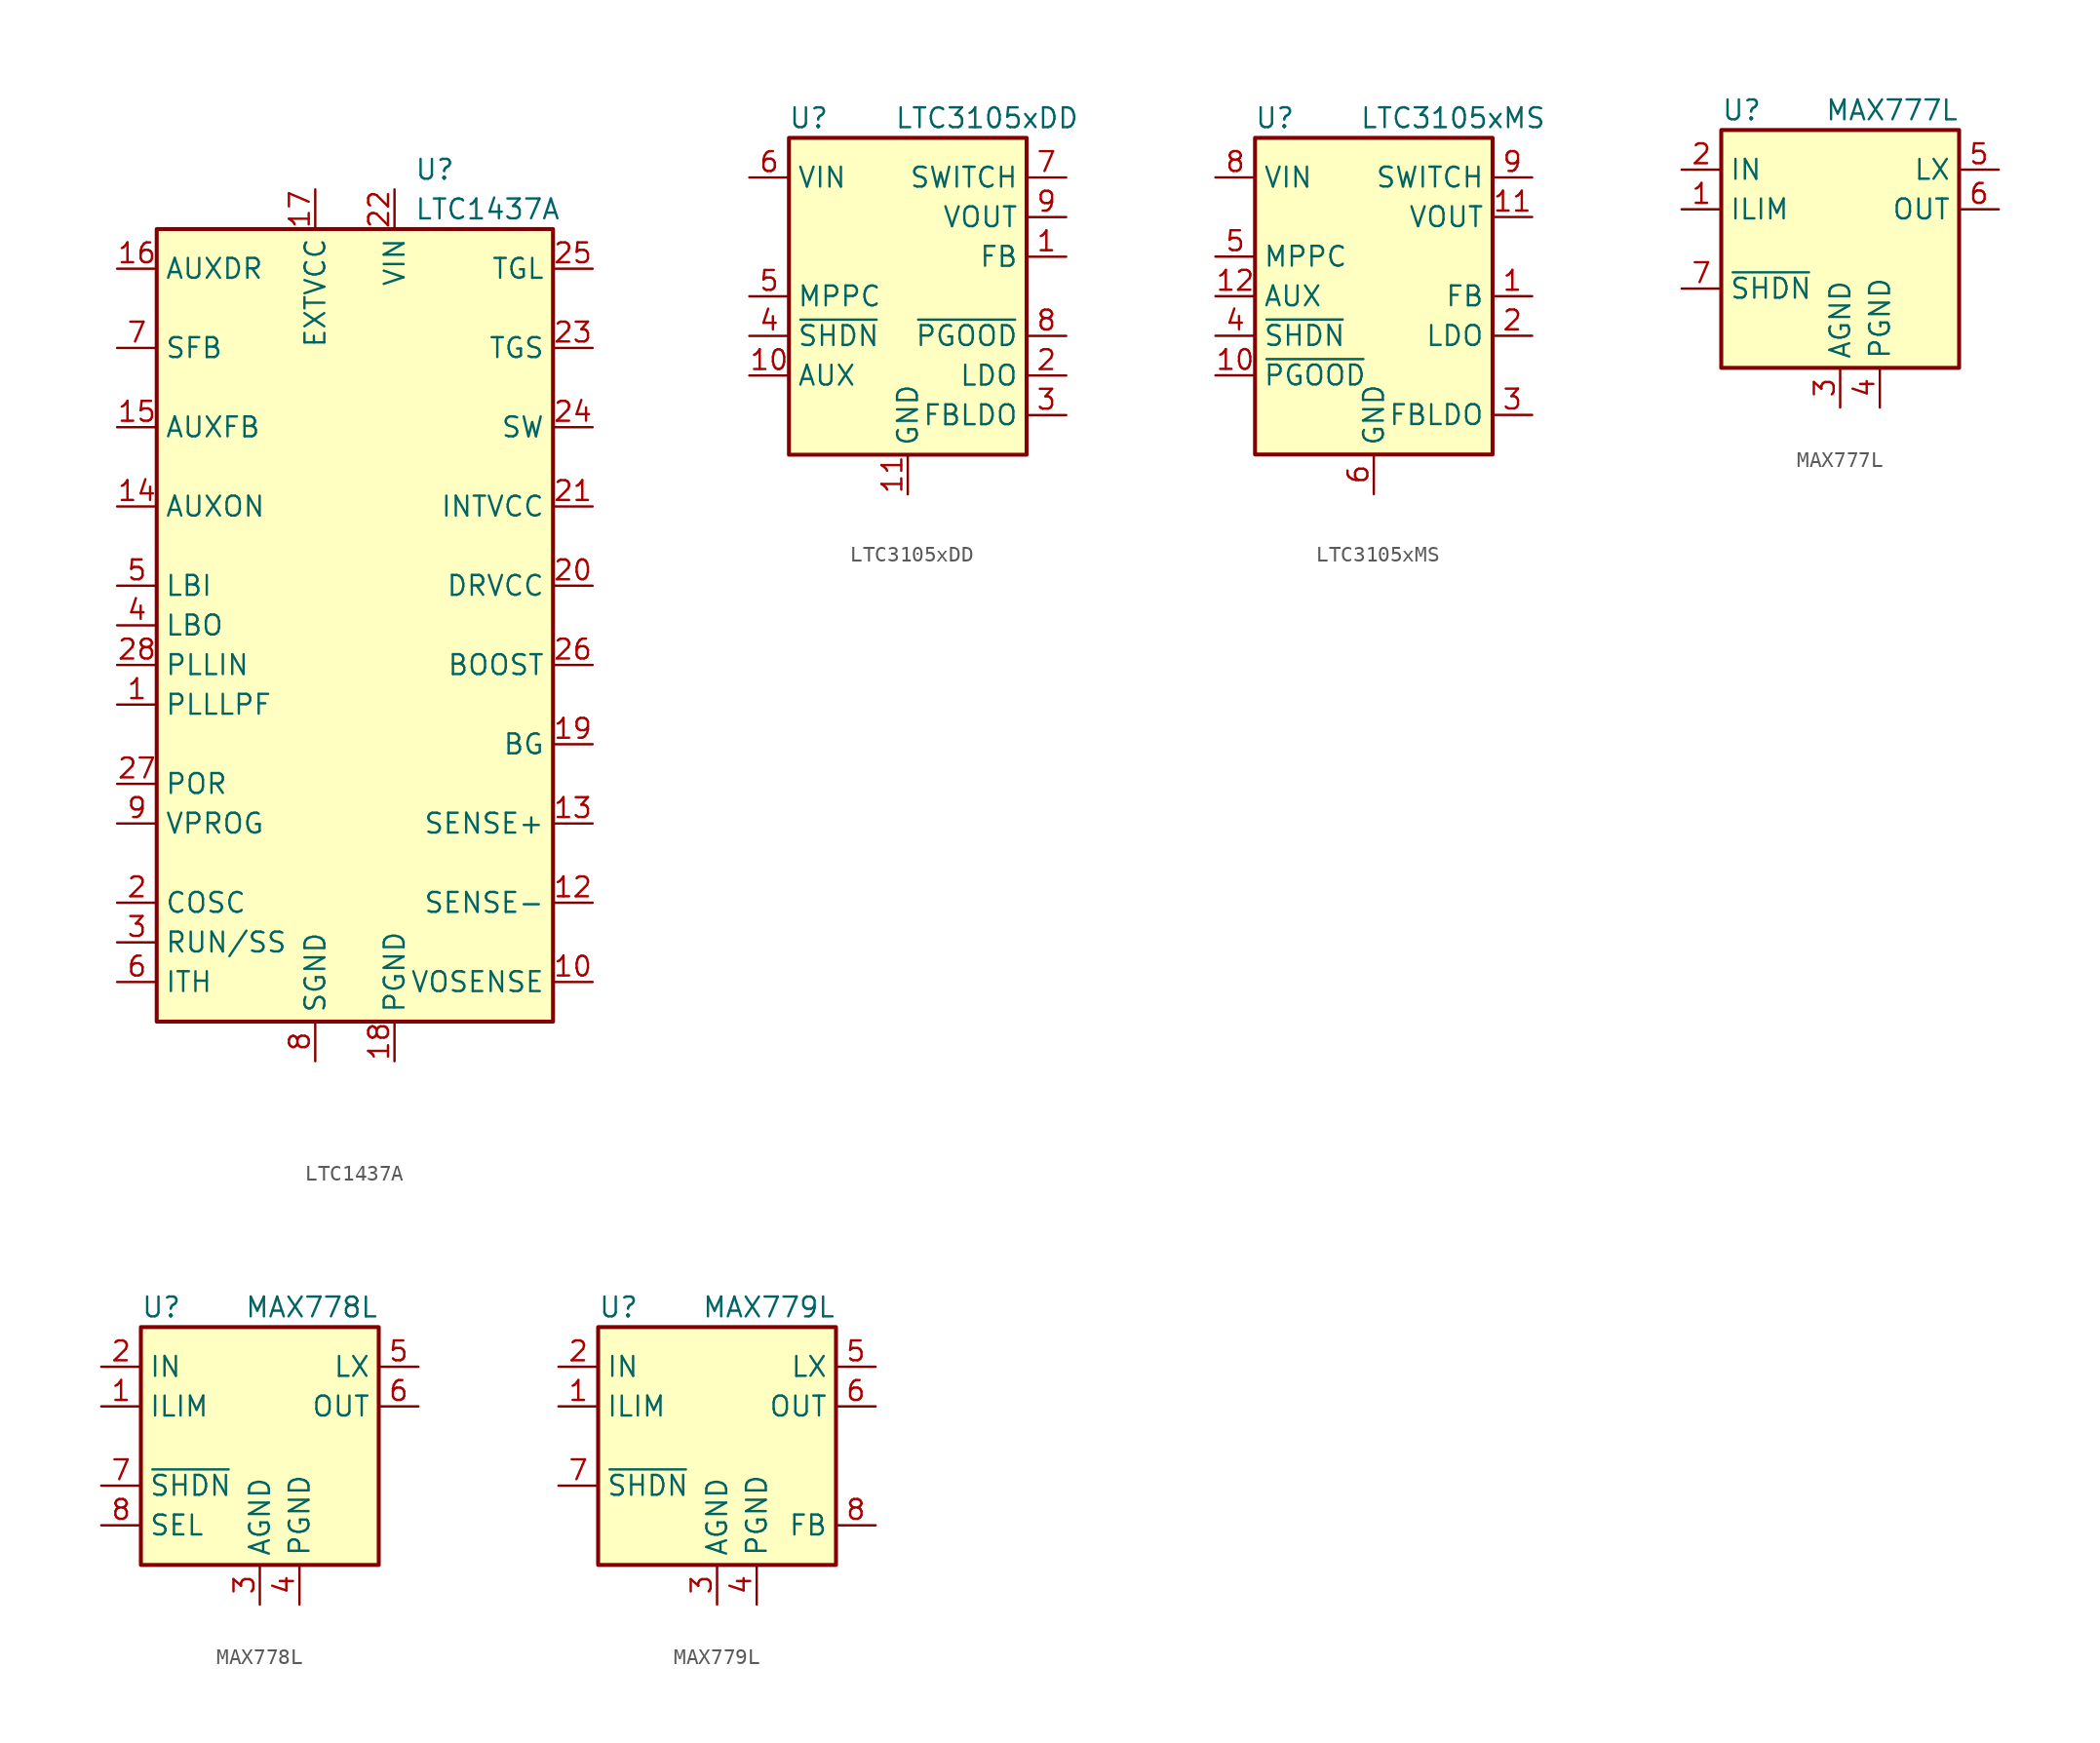
<source format=kicad_sym>
(kicad_symbol_lib
  (version 20201005)
  (generator kicad_symbol_editor)
  (symbol "Regulator_Switching:LTC1437A"
    (property "Reference" "U"
      (at 3.81 29.21 0)
      (effects (font (size 1.27 1.27)) (justify left)))
    (property "Value" "LTC1437A"
      (at 3.81 26.67 0)
      (effects (font (size 1.27 1.27)) (justify left)))
    (symbol "LTC1437A_0_1"
      (rectangle (start -12.7 -25.4) (end 12.7 25.4) (stroke (width 0.254)) (fill (type background))))
    (symbol "LTC1437A_1_1"
      (pin passive line (at -15.24 -5.08 0) (length 2.54) (name "PLLLPF" (effects (font (size 1.27 1.27)))) (number "1" (effects (font (size 1.27 1.27)))))
      (pin input line (at 15.24 -22.86 180) (length 2.54) (name "VOSENSE" (effects (font (size 1.27 1.27)))) (number "10" (effects (font (size 1.27 1.27)))))
      (pin no_connect line (at 0 25.4 270) (length 2.54) hide (name "NC" (effects (font (size 1.27 1.27)))) (number "11" (effects (font (size 1.27 1.27)))))
      (pin input line (at 15.24 -17.78 180) (length 2.54) (name "SENSE-" (effects (font (size 1.27 1.27)))) (number "12" (effects (font (size 1.27 1.27)))))
      (pin input line (at 15.24 -12.7 180) (length 2.54) (name "SENSE+" (effects (font (size 1.27 1.27)))) (number "13" (effects (font (size 1.27 1.27)))))
      (pin input line (at -15.24 7.62 0) (length 2.54) (name "AUXON" (effects (font (size 1.27 1.27)))) (number "14" (effects (font (size 1.27 1.27)))))
      (pin input line (at -15.24 12.7 0) (length 2.54) (name "AUXFB" (effects (font (size 1.27 1.27)))) (number "15" (effects (font (size 1.27 1.27)))))
      (pin open_collector line (at -15.24 22.86 0) (length 2.54) (name "AUXDR" (effects (font (size 1.27 1.27)))) (number "16" (effects (font (size 1.27 1.27)))))
      (pin power_in line (at -2.54 27.94 270) (length 2.54) (name "EXTVCC" (effects (font (size 1.27 1.27)))) (number "17" (effects (font (size 1.27 1.27)))))
      (pin power_in line (at 2.54 -27.94 90) (length 2.54) (name "PGND" (effects (font (size 1.27 1.27)))) (number "18" (effects (font (size 1.27 1.27)))))
      (pin output line (at 15.24 -7.62 180) (length 2.54) (name "BG" (effects (font (size 1.27 1.27)))) (number "19" (effects (font (size 1.27 1.27)))))
      (pin passive line (at -15.24 -17.78 0) (length 2.54) (name "COSC" (effects (font (size 1.27 1.27)))) (number "2" (effects (font (size 1.27 1.27)))))
      (pin power_in line (at 15.24 2.54 180) (length 2.54) (name "DRVCC" (effects (font (size 1.27 1.27)))) (number "20" (effects (font (size 1.27 1.27)))))
      (pin power_in line (at 15.24 7.62 180) (length 2.54) (name "INTVCC" (effects (font (size 1.27 1.27)))) (number "21" (effects (font (size 1.27 1.27)))))
      (pin power_in line (at 2.54 27.94 270) (length 2.54) (name "VIN" (effects (font (size 1.27 1.27)))) (number "22" (effects (font (size 1.27 1.27)))))
      (pin output line (at 15.24 17.78 180) (length 2.54) (name "TGS" (effects (font (size 1.27 1.27)))) (number "23" (effects (font (size 1.27 1.27)))))
      (pin passive line (at 15.24 12.7 180) (length 2.54) (name "SW" (effects (font (size 1.27 1.27)))) (number "24" (effects (font (size 1.27 1.27)))))
      (pin output line (at 15.24 22.86 180) (length 2.54) (name "TGL" (effects (font (size 1.27 1.27)))) (number "25" (effects (font (size 1.27 1.27)))))
      (pin passive line (at 15.24 -2.54 180) (length 2.54) (name "BOOST" (effects (font (size 1.27 1.27)))) (number "26" (effects (font (size 1.27 1.27)))))
      (pin open_collector line (at -15.24 -10.16 0) (length 2.54) (name "POR" (effects (font (size 1.27 1.27)))) (number "27" (effects (font (size 1.27 1.27)))))
      (pin input line (at -15.24 -2.54 0) (length 2.54) (name "PLLIN" (effects (font (size 1.27 1.27)))) (number "28" (effects (font (size 1.27 1.27)))))
      (pin passive line (at -15.24 -20.32 0) (length 2.54) (name "RUN/SS" (effects (font (size 1.27 1.27)))) (number "3" (effects (font (size 1.27 1.27)))))
      (pin open_collector line (at -15.24 0 0) (length 2.54) (name "LBO" (effects (font (size 1.27 1.27)))) (number "4" (effects (font (size 1.27 1.27)))))
      (pin input line (at -15.24 2.54 0) (length 2.54) (name "LBI" (effects (font (size 1.27 1.27)))) (number "5" (effects (font (size 1.27 1.27)))))
      (pin passive line (at -15.24 -22.86 0) (length 2.54) (name "ITH" (effects (font (size 1.27 1.27)))) (number "6" (effects (font (size 1.27 1.27)))))
      (pin passive line (at -15.24 17.78 0) (length 2.54) (name "SFB" (effects (font (size 1.27 1.27)))) (number "7" (effects (font (size 1.27 1.27)))))
      (pin power_in line (at -2.54 -27.94 90) (length 2.54) (name "SGND" (effects (font (size 1.27 1.27)))) (number "8" (effects (font (size 1.27 1.27)))))
      (pin input line (at -15.24 -12.7 0) (length 2.54) (name "VPROG" (effects (font (size 1.27 1.27)))) (number "9" (effects (font (size 1.27 1.27)))))))
  (symbol "Regulator_Switching:LTC3105xDD"
    (property "Reference" "U"
      (at -6.35 11.43 0)
      (effects (font (size 1.27 1.27))))
    (property "Value" "LTC3105xDD"
      (at 5.08 11.43 0)
      (effects (font (size 1.27 1.27))))
    (symbol "LTC3105xDD_0_0"
      (pin input line (at 10.16 2.54 180) (length 2.54) (name "FB" (effects (font (size 1.27 1.27)))) (number "1" (effects (font (size 1.27 1.27)))))
      (pin power_out line (at -10.16 -5.08 0) (length 2.54) (name "AUX" (effects (font (size 1.27 1.27)))) (number "10" (effects (font (size 1.27 1.27)))))
      (pin power_in line (at 0 -12.7 90) (length 2.54) (name "GND" (effects (font (size 1.27 1.27)))) (number "11" (effects (font (size 1.27 1.27)))))
      (pin power_out line (at 10.16 -5.08 180) (length 2.54) (name "LDO" (effects (font (size 1.27 1.27)))) (number "2" (effects (font (size 1.27 1.27)))))
      (pin input line (at 10.16 -7.62 180) (length 2.54) (name "FBLDO" (effects (font (size 1.27 1.27)))) (number "3" (effects (font (size 1.27 1.27)))))
      (pin input line (at -10.16 -2.54 0) (length 2.54) (name "~SHDN" (effects (font (size 1.27 1.27)))) (number "4" (effects (font (size 1.27 1.27)))))
      (pin output line (at -10.16 0 0) (length 2.54) (name "MPPC" (effects (font (size 1.27 1.27)))) (number "5" (effects (font (size 1.27 1.27)))))
      (pin power_in line (at -10.16 7.62 0) (length 2.54) (name "VIN" (effects (font (size 1.27 1.27)))) (number "6" (effects (font (size 1.27 1.27)))))
      (pin output line (at 10.16 7.62 180) (length 2.54) (name "SWITCH" (effects (font (size 1.27 1.27)))) (number "7" (effects (font (size 1.27 1.27)))))
      (pin open_collector line (at 10.16 -2.54 180) (length 2.54) (name "~PGOOD" (effects (font (size 1.27 1.27)))) (number "8" (effects (font (size 1.27 1.27)))))
      (pin power_out line (at 10.16 5.08 180) (length 2.54) (name "VOUT" (effects (font (size 1.27 1.27)))) (number "9" (effects (font (size 1.27 1.27))))))
    (symbol "LTC3105xDD_0_1"
      (rectangle (start -7.62 -10.16) (end 7.62 10.16) (stroke (width 0.254)) (fill (type background)))))
  (symbol "Regulator_Switching:LTC3105xMS"
    (property "Reference" "U"
      (at -6.35 11.43 0)
      (effects (font (size 1.27 1.27))))
    (property "Value" "LTC3105xMS"
      (at 5.08 11.43 0)
      (effects (font (size 1.27 1.27))))
    (symbol "LTC3105xMS_0_0"
      (pin input line (at 10.16 0 180) (length 2.54) (name "FB" (effects (font (size 1.27 1.27)))) (number "1" (effects (font (size 1.27 1.27)))))
      (pin open_collector line (at -10.16 -5.08 0) (length 2.54) (name "~PGOOD" (effects (font (size 1.27 1.27)))) (number "10" (effects (font (size 1.27 1.27)))))
      (pin power_out line (at 10.16 5.08 180) (length 2.54) (name "VOUT" (effects (font (size 1.27 1.27)))) (number "11" (effects (font (size 1.27 1.27)))))
      (pin output line (at -10.16 0 0) (length 2.54) (name "AUX" (effects (font (size 1.27 1.27)))) (number "12" (effects (font (size 1.27 1.27)))))
      (pin output line (at 10.16 -2.54 180) (length 2.54) (name "LDO" (effects (font (size 1.27 1.27)))) (number "2" (effects (font (size 1.27 1.27)))))
      (pin input line (at 10.16 -7.62 180) (length 2.54) (name "FBLDO" (effects (font (size 1.27 1.27)))) (number "3" (effects (font (size 1.27 1.27)))))
      (pin input line (at -10.16 -2.54 0) (length 2.54) (name "~SHDN" (effects (font (size 1.27 1.27)))) (number "4" (effects (font (size 1.27 1.27)))))
      (pin input line (at -10.16 2.54 0) (length 2.54) (name "MPPC" (effects (font (size 1.27 1.27)))) (number "5" (effects (font (size 1.27 1.27)))))
      (pin power_in line (at 0 -12.7 90) (length 2.54) (name "GND" (effects (font (size 1.27 1.27)))) (number "6" (effects (font (size 1.27 1.27)))))
      (pin passive line (at 0 -12.7 90) (length 2.54) hide (name "GND" (effects (font (size 1.27 1.27)))) (number "7" (effects (font (size 1.27 1.27)))))
      (pin power_in line (at -10.16 7.62 0) (length 2.54) (name "VIN" (effects (font (size 1.27 1.27)))) (number "8" (effects (font (size 1.27 1.27)))))
      (pin passive line (at 10.16 7.62 180) (length 2.54) (name "SWITCH" (effects (font (size 1.27 1.27)))) (number "9" (effects (font (size 1.27 1.27))))))
    (symbol "LTC3105xMS_0_1"
      (rectangle (start -7.62 -10.16) (end 7.62 10.16) (stroke (width 0.254)) (fill (type background)))))
  (symbol "Regulator_Switching:MAX777L"
    (property "Reference" "U"
      (at -7.62 8.89 0)
      (effects (font (size 1.27 1.27)) (justify left)))
    (property "Value" "MAX777L"
      (at 7.62 8.89 0)
      (effects (font (size 1.27 1.27)) (justify right)))
    (symbol "MAX777L_0_1"
      (rectangle (start -7.62 7.62) (end 7.62 -7.62) (stroke (width 0.254)) (fill (type background))))
    (symbol "MAX777L_1_1"
      (pin input line (at -10.16 2.54 0) (length 2.54) (name "ILIM" (effects (font (size 1.27 1.27)))) (number "1" (effects (font (size 1.27 1.27)))))
      (pin power_in line (at -10.16 5.08 0) (length 2.54) (name "IN" (effects (font (size 1.27 1.27)))) (number "2" (effects (font (size 1.27 1.27)))))
      (pin power_in line (at 0 -10.16 90) (length 2.54) (name "AGND" (effects (font (size 1.27 1.27)))) (number "3" (effects (font (size 1.27 1.27)))))
      (pin power_in line (at 2.54 -10.16 90) (length 2.54) (name "PGND" (effects (font (size 1.27 1.27)))) (number "4" (effects (font (size 1.27 1.27)))))
      (pin passive line (at 10.16 5.08 180) (length 2.54) (name "LX" (effects (font (size 1.27 1.27)))) (number "5" (effects (font (size 1.27 1.27)))))
      (pin power_out line (at 10.16 2.54 180) (length 2.54) (name "OUT" (effects (font (size 1.27 1.27)))) (number "6" (effects (font (size 1.27 1.27)))))
      (pin input line (at -10.16 -2.54 0) (length 2.54) (name "~SHDN" (effects (font (size 1.27 1.27)))) (number "7" (effects (font (size 1.27 1.27)))))
      (pin no_connect line (at 7.62 0 180) (length 2.54) hide (name "NC" (effects (font (size 1.27 1.27)))) (number "8" (effects (font (size 1.27 1.27)))))))
  (symbol "Regulator_Switching:MAX778L"
    (property "Reference" "U"
      (at -7.62 8.89 0)
      (effects (font (size 1.27 1.27)) (justify left)))
    (property "Value" "MAX778L"
      (at 7.62 8.89 0)
      (effects (font (size 1.27 1.27)) (justify right)))
    (symbol "MAX778L_0_1"
      (rectangle (start -7.62 7.62) (end 7.62 -7.62) (stroke (width 0.254)) (fill (type background))))
    (symbol "MAX778L_1_1"
      (pin input line (at -10.16 2.54 0) (length 2.54) (name "ILIM" (effects (font (size 1.27 1.27)))) (number "1" (effects (font (size 1.27 1.27)))))
      (pin power_in line (at -10.16 5.08 0) (length 2.54) (name "IN" (effects (font (size 1.27 1.27)))) (number "2" (effects (font (size 1.27 1.27)))))
      (pin power_in line (at 0 -10.16 90) (length 2.54) (name "AGND" (effects (font (size 1.27 1.27)))) (number "3" (effects (font (size 1.27 1.27)))))
      (pin power_in line (at 2.54 -10.16 90) (length 2.54) (name "PGND" (effects (font (size 1.27 1.27)))) (number "4" (effects (font (size 1.27 1.27)))))
      (pin passive line (at 10.16 5.08 180) (length 2.54) (name "LX" (effects (font (size 1.27 1.27)))) (number "5" (effects (font (size 1.27 1.27)))))
      (pin power_out line (at 10.16 2.54 180) (length 2.54) (name "OUT" (effects (font (size 1.27 1.27)))) (number "6" (effects (font (size 1.27 1.27)))))
      (pin input line (at -10.16 -2.54 0) (length 2.54) (name "~SHDN" (effects (font (size 1.27 1.27)))) (number "7" (effects (font (size 1.27 1.27)))))
      (pin input line (at -10.16 -5.08 0) (length 2.54) (name "SEL" (effects (font (size 1.27 1.27)))) (number "8" (effects (font (size 1.27 1.27)))))))
  (symbol "Regulator_Switching:MAX779L"
    (property "Reference" "U"
      (at -7.62 8.89 0)
      (effects (font (size 1.27 1.27)) (justify left)))
    (property "Value" "MAX779L"
      (at 7.62 8.89 0)
      (effects (font (size 1.27 1.27)) (justify right)))
    (symbol "MAX779L_0_1"
      (rectangle (start -7.62 7.62) (end 7.62 -7.62) (stroke (width 0.254)) (fill (type background))))
    (symbol "MAX779L_1_1"
      (pin input line (at -10.16 2.54 0) (length 2.54) (name "ILIM" (effects (font (size 1.27 1.27)))) (number "1" (effects (font (size 1.27 1.27)))))
      (pin power_in line (at -10.16 5.08 0) (length 2.54) (name "IN" (effects (font (size 1.27 1.27)))) (number "2" (effects (font (size 1.27 1.27)))))
      (pin power_in line (at 0 -10.16 90) (length 2.54) (name "AGND" (effects (font (size 1.27 1.27)))) (number "3" (effects (font (size 1.27 1.27)))))
      (pin power_in line (at 2.54 -10.16 90) (length 2.54) (name "PGND" (effects (font (size 1.27 1.27)))) (number "4" (effects (font (size 1.27 1.27)))))
      (pin passive line (at 10.16 5.08 180) (length 2.54) (name "LX" (effects (font (size 1.27 1.27)))) (number "5" (effects (font (size 1.27 1.27)))))
      (pin power_out line (at 10.16 2.54 180) (length 2.54) (name "OUT" (effects (font (size 1.27 1.27)))) (number "6" (effects (font (size 1.27 1.27)))))
      (pin input line (at -10.16 -2.54 0) (length 2.54) (name "~SHDN" (effects (font (size 1.27 1.27)))) (number "7" (effects (font (size 1.27 1.27)))))
      (pin input line (at 10.16 -5.08 180) (length 2.54) (name "FB" (effects (font (size 1.27 1.27)))) (number "8" (effects (font (size 1.27 1.27))))))))
</source>
